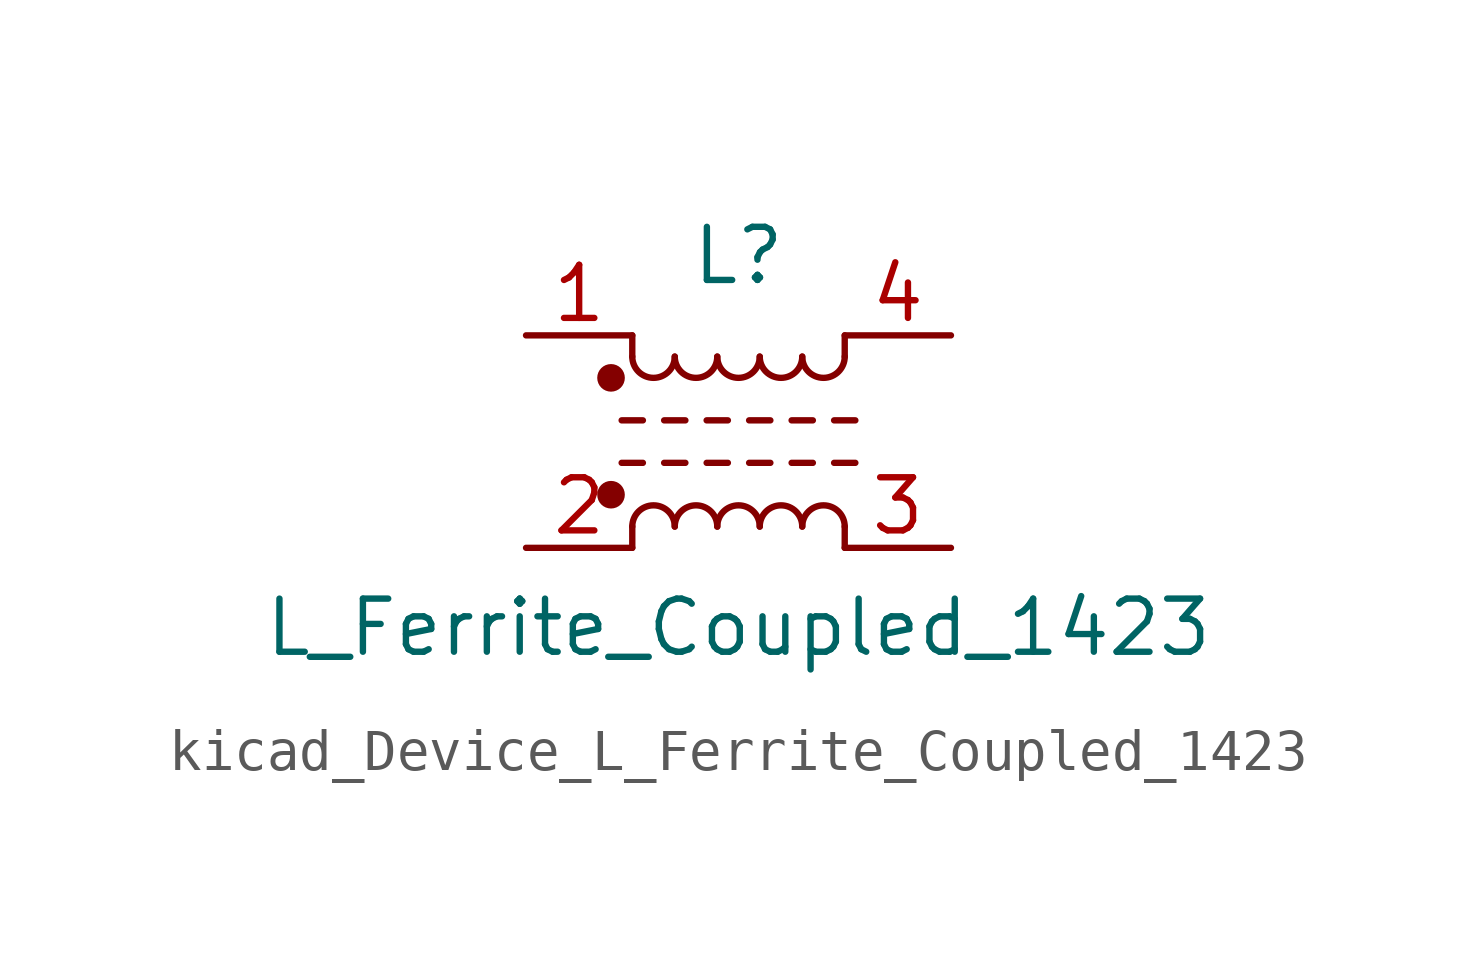
<source format=kicad_sym>
(kicad_symbol_lib
  (version 20220914)
  (generator kicad_symbol_editor)
  (symbol "kicad_Device_L_Ferrite_Coupled_1423"
    (pin_names
      (offset 0.254) hide)
    (property "Reference" "L"
      (at 0 4.445 0)
      (effects (font (size 1.27 1.27))))
    (property "Value" "L_Ferrite_Coupled_1423"
      (at 0 -4.445 0)
      (effects (font (size 1.27 1.27))))
    (symbol "kicad_Device_L_Ferrite_Coupled_1423_0_1"
      (circle (center -3.048 -1.27) (radius 0.254) (stroke (width 0) (type default)) (fill (type outline)))
      (circle (center -3.048 1.524) (radius 0.254) (stroke (width 0) (type default)) (fill (type outline)))
      (arc (start -2.54 2.032) (mid -2.032 1.5262) (end -1.524 2.032) (stroke (width 0) (type default)) (fill (type none)))
      (arc (start -1.524 -2.032) (mid -2.032 -1.5262) (end -2.54 -2.032) (stroke (width 0) (type default)) (fill (type none)))
      (arc (start -1.524 2.032) (mid -1.016 1.5262) (end -0.508 2.032) (stroke (width 0) (type default)) (fill (type none)))
      (arc (start -0.508 -2.032) (mid -1.016 -1.5262) (end -1.524 -2.032) (stroke (width 0) (type default)) (fill (type none)))
      (arc (start -0.508 2.032) (mid 0 1.5262) (end 0.508 2.032) (stroke (width 0) (type default)) (fill (type none)))
      (polyline (pts (xy -2.794 -0.508) (xy -2.286 -0.508)) (stroke (width 0) (type default)) (fill (type none)))
      (polyline (pts (xy -2.794 0.508) (xy -2.286 0.508)) (stroke (width 0) (type default)) (fill (type none)))
      (polyline (pts (xy -2.54 -2.032) (xy -2.54 -2.54)) (stroke (width 0) (type default)) (fill (type none)))
      (polyline (pts (xy -2.54 2.032) (xy -2.54 2.54)) (stroke (width 0) (type default)) (fill (type none)))
      (polyline (pts (xy -1.778 -0.508) (xy -1.27 -0.508)) (stroke (width 0) (type default)) (fill (type none)))
      (polyline (pts (xy -1.778 0.508) (xy -1.27 0.508)) (stroke (width 0) (type default)) (fill (type none)))
      (polyline (pts (xy -0.762 -0.508) (xy -0.254 -0.508)) (stroke (width 0) (type default)) (fill (type none)))
      (polyline (pts (xy -0.762 0.508) (xy -0.254 0.508)) (stroke (width 0) (type default)) (fill (type none)))
      (polyline (pts (xy 0.254 -0.508) (xy 0.762 -0.508)) (stroke (width 0) (type default)) (fill (type none)))
      (polyline (pts (xy 0.254 0.508) (xy 0.762 0.508)) (stroke (width 0) (type default)) (fill (type none)))
      (polyline (pts (xy 1.27 -0.508) (xy 1.778 -0.508)) (stroke (width 0) (type default)) (fill (type none)))
      (polyline (pts (xy 1.27 0.508) (xy 1.778 0.508)) (stroke (width 0) (type default)) (fill (type none)))
      (polyline (pts (xy 2.286 -0.508) (xy 2.794 -0.508)) (stroke (width 0) (type default)) (fill (type none)))
      (polyline (pts (xy 2.286 0.508) (xy 2.794 0.508)) (stroke (width 0) (type default)) (fill (type none)))
      (polyline (pts (xy 2.54 -2.032) (xy 2.54 -2.54)) (stroke (width 0) (type default)) (fill (type none)))
      (polyline (pts (xy 2.54 2.54) (xy 2.54 2.032)) (stroke (width 0) (type default)) (fill (type none)))
      (arc (start 0.508 -2.032) (mid 0 -1.5262) (end -0.508 -2.032) (stroke (width 0) (type default)) (fill (type none)))
      (arc (start 0.508 2.032) (mid 1.016 1.5262) (end 1.524 2.032) (stroke (width 0) (type default)) (fill (type none)))
      (arc (start 1.524 -2.032) (mid 1.016 -1.5262) (end 0.508 -2.032) (stroke (width 0) (type default)) (fill (type none)))
      (arc (start 1.524 2.032) (mid 2.032 1.5262) (end 2.54 2.032) (stroke (width 0) (type default)) (fill (type none)))
      (arc (start 2.54 -2.032) (mid 2.032 -1.5262) (end 1.524 -2.032) (stroke (width 0) (type default)) (fill (type none))))
    (symbol "kicad_Device_L_Ferrite_Coupled_1423_1_1"
      (pin passive line (at -5.08 2.54 0) (length 2.54) (name "1" (effects (font (size 1.27 1.27)))) (number "1" (effects (font (size 1.27 1.27)))))
      (pin passive line (at -5.08 -2.54 0) (length 2.54) (name "2" (effects (font (size 1.27 1.27)))) (number "2" (effects (font (size 1.27 1.27)))))
      (pin passive line (at 5.08 -2.54 180) (length 2.54) (name "3" (effects (font (size 1.27 1.27)))) (number "3" (effects (font (size 1.27 1.27)))))
      (pin passive line (at 5.08 2.54 180) (length 2.54) (name "4" (effects (font (size 1.27 1.27)))) (number "4" (effects (font (size 1.27 1.27))))))))
</source>
